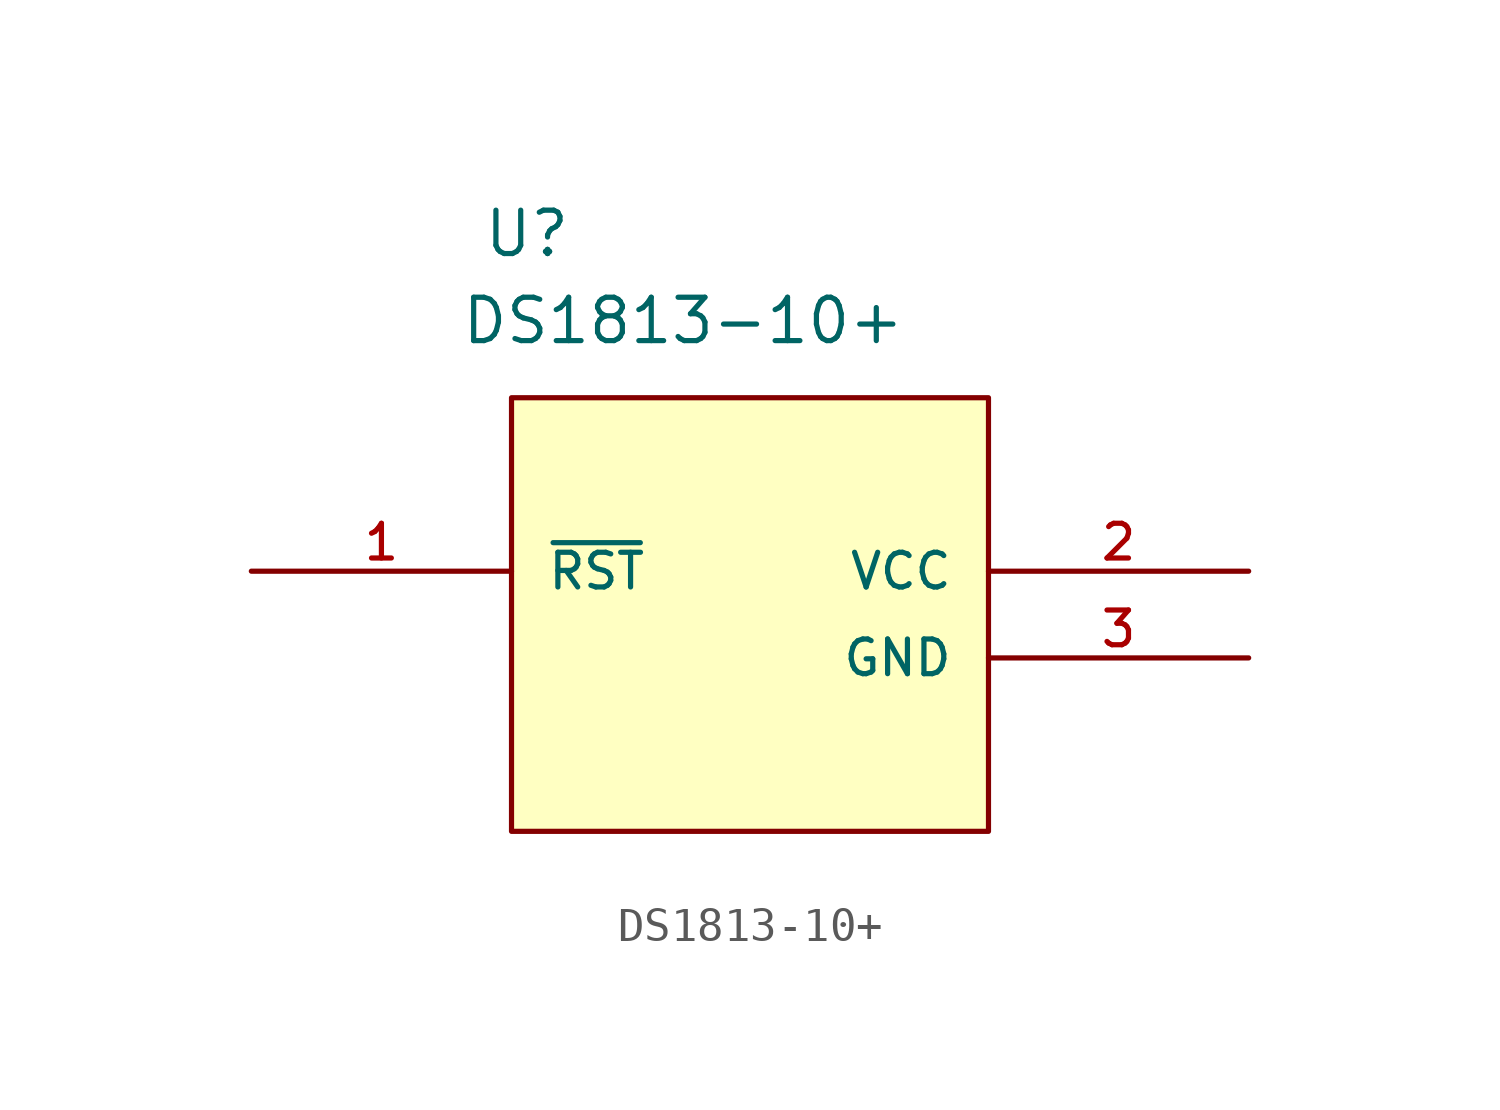
<source format=kicad_sym>
(kicad_symbol_lib
  (version 20220914)
  (generator kicad_symbol_editor)
  (symbol "DS1813-10+"
    (pin_names
      (offset 1.016))
    (property "Reference" "U"
      (at -7.209 9.14 0)
      (effects (font (size 1.27 1.27)) (justify left bottom)))
    (property "Value" "DS1813-10+"
      (at -7.861 6.59 0)
      (effects (font (size 1.27 1.27)) (justify left bottom)))
    (symbol "DS1813-10+_0_0"
      (rectangle (start -6.35 5.08) (end 7.62 -7.62) (stroke (width 0.152) (type default)) (fill (type background)))
      (pin bidirectional line (at -13.97 0 0) (length 7.62) (name "~{RST}" (effects (font (size 1.016 1.016)))) (number "1" (effects (font (size 1.016 1.016)))))
      (pin power_in line (at 15.24 0 180) (length 7.62) (name "VCC" (effects (font (size 1.016 1.016)))) (number "2" (effects (font (size 1.016 1.016)))))
      (pin power_in line (at 15.24 -2.54 180) (length 7.62) (name "GND" (effects (font (size 1.016 1.016)))) (number "3" (effects (font (size 1.016 1.016))))))))
</source>
